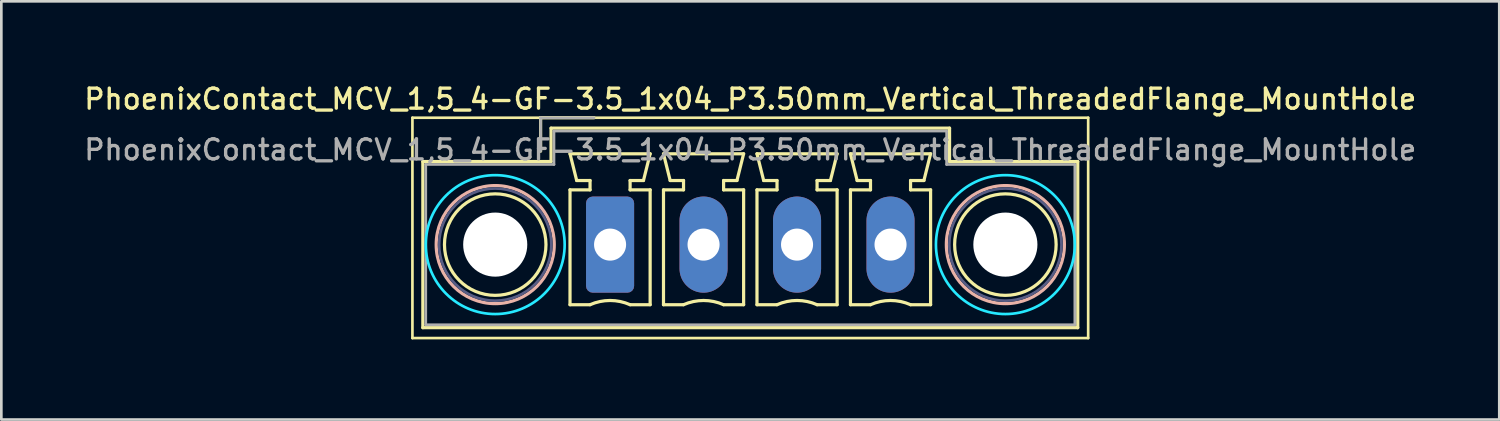
<source format=kicad_pcb>
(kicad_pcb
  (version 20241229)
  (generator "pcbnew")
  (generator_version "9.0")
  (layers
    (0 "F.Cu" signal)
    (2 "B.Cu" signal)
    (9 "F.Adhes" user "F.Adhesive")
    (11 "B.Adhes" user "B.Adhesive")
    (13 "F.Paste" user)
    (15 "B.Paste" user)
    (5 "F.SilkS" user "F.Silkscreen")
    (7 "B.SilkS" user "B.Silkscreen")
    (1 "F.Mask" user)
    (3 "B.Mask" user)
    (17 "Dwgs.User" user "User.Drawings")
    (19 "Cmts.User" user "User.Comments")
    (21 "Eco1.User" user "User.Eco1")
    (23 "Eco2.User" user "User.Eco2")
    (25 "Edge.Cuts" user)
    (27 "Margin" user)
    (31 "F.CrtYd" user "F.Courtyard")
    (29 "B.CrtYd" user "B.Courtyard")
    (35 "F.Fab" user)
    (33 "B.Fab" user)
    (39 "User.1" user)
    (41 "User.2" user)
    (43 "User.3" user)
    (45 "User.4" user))
  (footprint "PhoenixContact_MCV_1,5_4-GF-3.5_1x04_P3.50mm_Vertical_ThreadedFlange_MountHole"
    (layer "F.Cu")
    (at 19.791 6.108)
    (property "Reference" "PhoenixContact_MCV_1,5_4-GF-3.5_1x04_P3.50mm_Vertical_ThreadedFlange_MountHole" (at 5.25 -5.45 0) (layer "F.SilkS") (effects (font (size 0.75 0.75) (thickness 0.125))))
    (attr through_hole)
    (fp_line (start -7.4 -4.75) (end -7.4 3.5) (stroke (width 0.1) (type solid)) (layer "F.SilkS"))
    (fp_line (start -7.4 3.5) (end 17.9 3.5) (stroke (width 0.1) (type solid)) (layer "F.SilkS"))
    (fp_line (start -7.01 -3.11) (end -7.01 3.11) (stroke (width 0.12) (type solid)) (layer "F.SilkS"))
    (fp_line (start -7.01 3.11) (end 17.51 3.11) (stroke (width 0.12) (type solid)) (layer "F.SilkS"))
    (fp_line (start -2.6 -4.75) (end -0.6 -4.75) (stroke (width 0.12) (type solid)) (layer "F.SilkS"))
    (fp_line (start -2.6 -3.5) (end -2.6 -4.75) (stroke (width 0.12) (type solid)) (layer "F.SilkS"))
    (fp_line (start -2.21 -4.36) (end -2.21 -3.11) (stroke (width 0.12) (type solid)) (layer "F.SilkS"))
    (fp_line (start -2.21 -3.11) (end -7.01 -3.11) (stroke (width 0.12) (type solid)) (layer "F.SilkS"))
    (fp_line (start -1.5 -3.4) (end 1.5 -3.4) (stroke (width 0.12) (type solid)) (layer "F.SilkS"))
    (fp_line (start -1.5 -2.05) (end -0.75 -2.05) (stroke (width 0.12) (type solid)) (layer "F.SilkS"))
    (fp_line (start -1.5 2.25) (end -1.5 -2.05) (stroke (width 0.12) (type solid)) (layer "F.SilkS"))
    (fp_line (start -1.25 -2.4) (end -1.5 -3.4) (stroke (width 0.12) (type solid)) (layer "F.SilkS"))
    (fp_line (start -0.75 -2.4) (end -1.25 -2.4) (stroke (width 0.12) (type solid)) (layer "F.SilkS"))
    (fp_line (start -0.75 -2.05) (end -0.75 -2.4) (stroke (width 0.12) (type solid)) (layer "F.SilkS"))
    (fp_line (start -0.75 2.25) (end -1.5 2.25) (stroke (width 0.12) (type solid)) (layer "F.SilkS"))
    (fp_line (start 0.75 -2.4) (end 0.75 -2.05) (stroke (width 0.12) (type solid)) (layer "F.SilkS"))
    (fp_line (start 0.75 -2.05) (end 1.5 -2.05) (stroke (width 0.12) (type solid)) (layer "F.SilkS"))
    (fp_line (start 1.25 -2.4) (end 0.75 -2.4) (stroke (width 0.12) (type solid)) (layer "F.SilkS"))
    (fp_line (start 1.5 -3.4) (end 1.25 -2.4) (stroke (width 0.12) (type solid)) (layer "F.SilkS"))
    (fp_line (start 1.5 -2.05) (end 1.5 2.25) (stroke (width 0.12) (type solid)) (layer "F.SilkS"))
    (fp_line (start 1.5 2.25) (end 0.75 2.25) (stroke (width 0.12) (type solid)) (layer "F.SilkS"))
    (fp_line (start 2 -3.4) (end 5 -3.4) (stroke (width 0.12) (type solid)) (layer "F.SilkS"))
    (fp_line (start 2 -2.05) (end 2.75 -2.05) (stroke (width 0.12) (type solid)) (layer "F.SilkS"))
    (fp_line (start 2 2.25) (end 2 -2.05) (stroke (width 0.12) (type solid)) (layer "F.SilkS"))
    (fp_line (start 2.25 -2.4) (end 2 -3.4) (stroke (width 0.12) (type solid)) (layer "F.SilkS"))
    (fp_line (start 2.75 -2.4) (end 2.25 -2.4) (stroke (width 0.12) (type solid)) (layer "F.SilkS"))
    (fp_line (start 2.75 -2.05) (end 2.75 -2.4) (stroke (width 0.12) (type solid)) (layer "F.SilkS"))
    (fp_line (start 2.75 2.25) (end 2 2.25) (stroke (width 0.12) (type solid)) (layer "F.SilkS"))
    (fp_line (start 4.25 -2.4) (end 4.25 -2.05) (stroke (width 0.12) (type solid)) (layer "F.SilkS"))
    (fp_line (start 4.25 -2.05) (end 5 -2.05) (stroke (width 0.12) (type solid)) (layer "F.SilkS"))
    (fp_line (start 4.75 -2.4) (end 4.25 -2.4) (stroke (width 0.12) (type solid)) (layer "F.SilkS"))
    (fp_line (start 5 -3.4) (end 4.75 -2.4) (stroke (width 0.12) (type solid)) (layer "F.SilkS"))
    (fp_line (start 5 -2.05) (end 5 2.25) (stroke (width 0.12) (type solid)) (layer "F.SilkS"))
    (fp_line (start 5 2.25) (end 4.25 2.25) (stroke (width 0.12) (type solid)) (layer "F.SilkS"))
    (fp_line (start 5.5 -3.4) (end 8.5 -3.4) (stroke (width 0.12) (type solid)) (layer "F.SilkS"))
    (fp_line (start 5.5 -2.05) (end 6.25 -2.05) (stroke (width 0.12) (type solid)) (layer "F.SilkS"))
    (fp_line (start 5.5 2.25) (end 5.5 -2.05) (stroke (width 0.12) (type solid)) (layer "F.SilkS"))
    (fp_line (start 5.75 -2.4) (end 5.5 -3.4) (stroke (width 0.12) (type solid)) (layer "F.SilkS"))
    (fp_line (start 6.25 -2.4) (end 5.75 -2.4) (stroke (width 0.12) (type solid)) (layer "F.SilkS"))
    (fp_line (start 6.25 -2.05) (end 6.25 -2.4) (stroke (width 0.12) (type solid)) (layer "F.SilkS"))
    (fp_line (start 6.25 2.25) (end 5.5 2.25) (stroke (width 0.12) (type solid)) (layer "F.SilkS"))
    (fp_line (start 7.75 -2.4) (end 7.75 -2.05) (stroke (width 0.12) (type solid)) (layer "F.SilkS"))
    (fp_line (start 7.75 -2.05) (end 8.5 -2.05) (stroke (width 0.12) (type solid)) (layer "F.SilkS"))
    (fp_line (start 8.25 -2.4) (end 7.75 -2.4) (stroke (width 0.12) (type solid)) (layer "F.SilkS"))
    (fp_line (start 8.5 -3.4) (end 8.25 -2.4) (stroke (width 0.12) (type solid)) (layer "F.SilkS"))
    (fp_line (start 8.5 -2.05) (end 8.5 2.25) (stroke (width 0.12) (type solid)) (layer "F.SilkS"))
    (fp_line (start 8.5 2.25) (end 7.75 2.25) (stroke (width 0.12) (type solid)) (layer "F.SilkS"))
    (fp_line (start 9 -3.4) (end 12 -3.4) (stroke (width 0.12) (type solid)) (layer "F.SilkS"))
    (fp_line (start 9 -2.05) (end 9.75 -2.05) (stroke (width 0.12) (type solid)) (layer "F.SilkS"))
    (fp_line (start 9 2.25) (end 9 -2.05) (stroke (width 0.12) (type solid)) (layer "F.SilkS"))
    (fp_line (start 9.25 -2.4) (end 9 -3.4) (stroke (width 0.12) (type solid)) (layer "F.SilkS"))
    (fp_line (start 9.75 -2.4) (end 9.25 -2.4) (stroke (width 0.12) (type solid)) (layer "F.SilkS"))
    (fp_line (start 9.75 -2.05) (end 9.75 -2.4) (stroke (width 0.12) (type solid)) (layer "F.SilkS"))
    (fp_line (start 9.75 2.25) (end 9 2.25) (stroke (width 0.12) (type solid)) (layer "F.SilkS"))
    (fp_line (start 11.25 -2.4) (end 11.25 -2.05) (stroke (width 0.12) (type solid)) (layer "F.SilkS"))
    (fp_line (start 11.25 -2.05) (end 12 -2.05) (stroke (width 0.12) (type solid)) (layer "F.SilkS"))
    (fp_line (start 11.75 -2.4) (end 11.25 -2.4) (stroke (width 0.12) (type solid)) (layer "F.SilkS"))
    (fp_line (start 12 -3.4) (end 11.75 -2.4) (stroke (width 0.12) (type solid)) (layer "F.SilkS"))
    (fp_line (start 12 -2.05) (end 12 2.25) (stroke (width 0.12) (type solid)) (layer "F.SilkS"))
    (fp_line (start 12 2.25) (end 11.25 2.25) (stroke (width 0.12) (type solid)) (layer "F.SilkS"))
    (fp_line (start 12.71 -4.36) (end -2.21 -4.36) (stroke (width 0.12) (type solid)) (layer "F.SilkS"))
    (fp_line (start 12.71 -3.11) (end 12.71 -4.36) (stroke (width 0.12) (type solid)) (layer "F.SilkS"))
    (fp_line (start 17.51 -3.11) (end 12.71 -3.11) (stroke (width 0.12) (type solid)) (layer "F.SilkS"))
    (fp_line (start 17.51 3.11) (end 17.51 -3.11) (stroke (width 0.12) (type solid)) (layer "F.SilkS"))
    (fp_line (start 17.9 -4.75) (end -7.4 -4.75) (stroke (width 0.1) (type solid)) (layer "F.SilkS"))
    (fp_line (start 17.9 3.5) (end 17.9 -4.75) (stroke (width 0.1) (type solid)) (layer "F.SilkS"))
    (fp_arc (start -0.75 2.25) (mid -0.000193 2.09191) (end 0.749647 2.249844) (stroke (width 0.12) (type solid)) (layer "F.SilkS"))
    (fp_arc (start 2.75 2.25) (mid 3.499807 2.09191) (end 4.249647 2.249844) (stroke (width 0.12) (type solid)) (layer "F.SilkS"))
    (fp_arc (start 6.25 2.25) (mid 6.999807 2.09191) (end 7.749647 2.249844) (stroke (width 0.12) (type solid)) (layer "F.SilkS"))
    (fp_arc (start 9.75 2.25) (mid 10.499807 2.09191) (end 11.249647 2.249844) (stroke (width 0.12) (type solid)) (layer "F.SilkS"))
    (fp_circle (center -4.3 0) (end -2.4 0) (stroke (width 0.12) (type solid)) (fill no) (layer "F.SilkS"))
    (fp_circle (center 14.8 0) (end 16.7 0) (stroke (width 0.12) (type solid)) (fill no) (layer "F.SilkS"))
    (fp_circle (center -4.3 0) (end -2.09 0) (stroke (width 0.12) (type solid)) (fill no) (layer "B.SilkS"))
    (fp_circle (center 14.8 0) (end 17.01 0) (stroke (width 0.12) (type solid)) (fill no) (layer "B.SilkS"))
    (fp_circle (center -4.3 0) (end -1.7 0) (stroke (width 0.1) (type solid)) (fill no) (layer "B.CrtYd"))
    (fp_circle (center 14.8 0) (end 17.4 0) (stroke (width 0.1) (type solid)) (fill no) (layer "B.CrtYd"))
    (fp_circle (center -4.3 0) (end -2.2 0) (stroke (width 0.1) (type solid)) (fill no) (layer "B.Fab"))
    (fp_circle (center 14.8 0) (end 16.9 0) (stroke (width 0.1) (type solid)) (fill no) (layer "B.Fab"))
    (fp_line (start -6.9 -3) (end -6.9 3) (stroke (width 0.1) (type solid)) (layer "F.Fab"))
    (fp_line (start -6.9 3) (end 17.4 3) (stroke (width 0.1) (type solid)) (layer "F.Fab"))
    (fp_line (start -2.6 -4.75) (end -0.6 -4.75) (stroke (width 0.1) (type solid)) (layer "F.Fab"))
    (fp_line (start -2.6 -3.5) (end -2.6 -4.75) (stroke (width 0.1) (type solid)) (layer "F.Fab"))
    (fp_line (start -2.1 -4.25) (end -2.1 -3) (stroke (width 0.1) (type solid)) (layer "F.Fab"))
    (fp_line (start -2.1 -3) (end -6.9 -3) (stroke (width 0.1) (type solid)) (layer "F.Fab"))
    (fp_line (start 12.6 -4.25) (end -2.1 -4.25) (stroke (width 0.1) (type solid)) (layer "F.Fab"))
    (fp_line (start 12.6 -3) (end 12.6 -4.25) (stroke (width 0.1) (type solid)) (layer "F.Fab"))
    (fp_line (start 17.4 -3) (end 12.6 -3) (stroke (width 0.1) (type solid)) (layer "F.Fab"))
    (fp_line (start 17.4 3) (end 17.4 -3) (stroke (width 0.1) (type solid)) (layer "F.Fab"))
    (fp_text user "${REFERENCE}" (at 5.25 -3.55 0) (layer "F.Fab") (effects (font (size 0.75 0.75) (thickness 0.125))))
    (pad "" np_thru_hole circle (at -4.3 0) (size 2.4 2.4) (drill 2.4) (layers "*.Cu" "*.Mask"))
    (pad "" np_thru_hole circle (at 14.8 0) (size 2.4 2.4) (drill 2.4) (layers "*.Cu" "*.Mask"))
    (pad "1" thru_hole roundrect (at 0 0) (size 1.8 3.6) (drill 1.2) (layers "*.Cu" "*.Mask") (roundrect_rratio 0.139))
    (pad "2" thru_hole oval (at 3.5 0) (size 1.8 3.6) (drill 1.2) (layers "*.Cu" "*.Mask"))
    (pad "3" thru_hole oval (at 7 0) (size 1.8 3.6) (drill 1.2) (layers "*.Cu" "*.Mask"))
    (pad "4" thru_hole oval (at 10.5 0) (size 1.8 3.6) (drill 1.2) (layers "*.Cu" "*.Mask")))
  (gr_rect
    (start -3 -3)
    (end 53.082 12.658)
    (stroke (width 0.1) (type default))
    (fill no)
    (layer "Edge.Cuts")))
</source>
